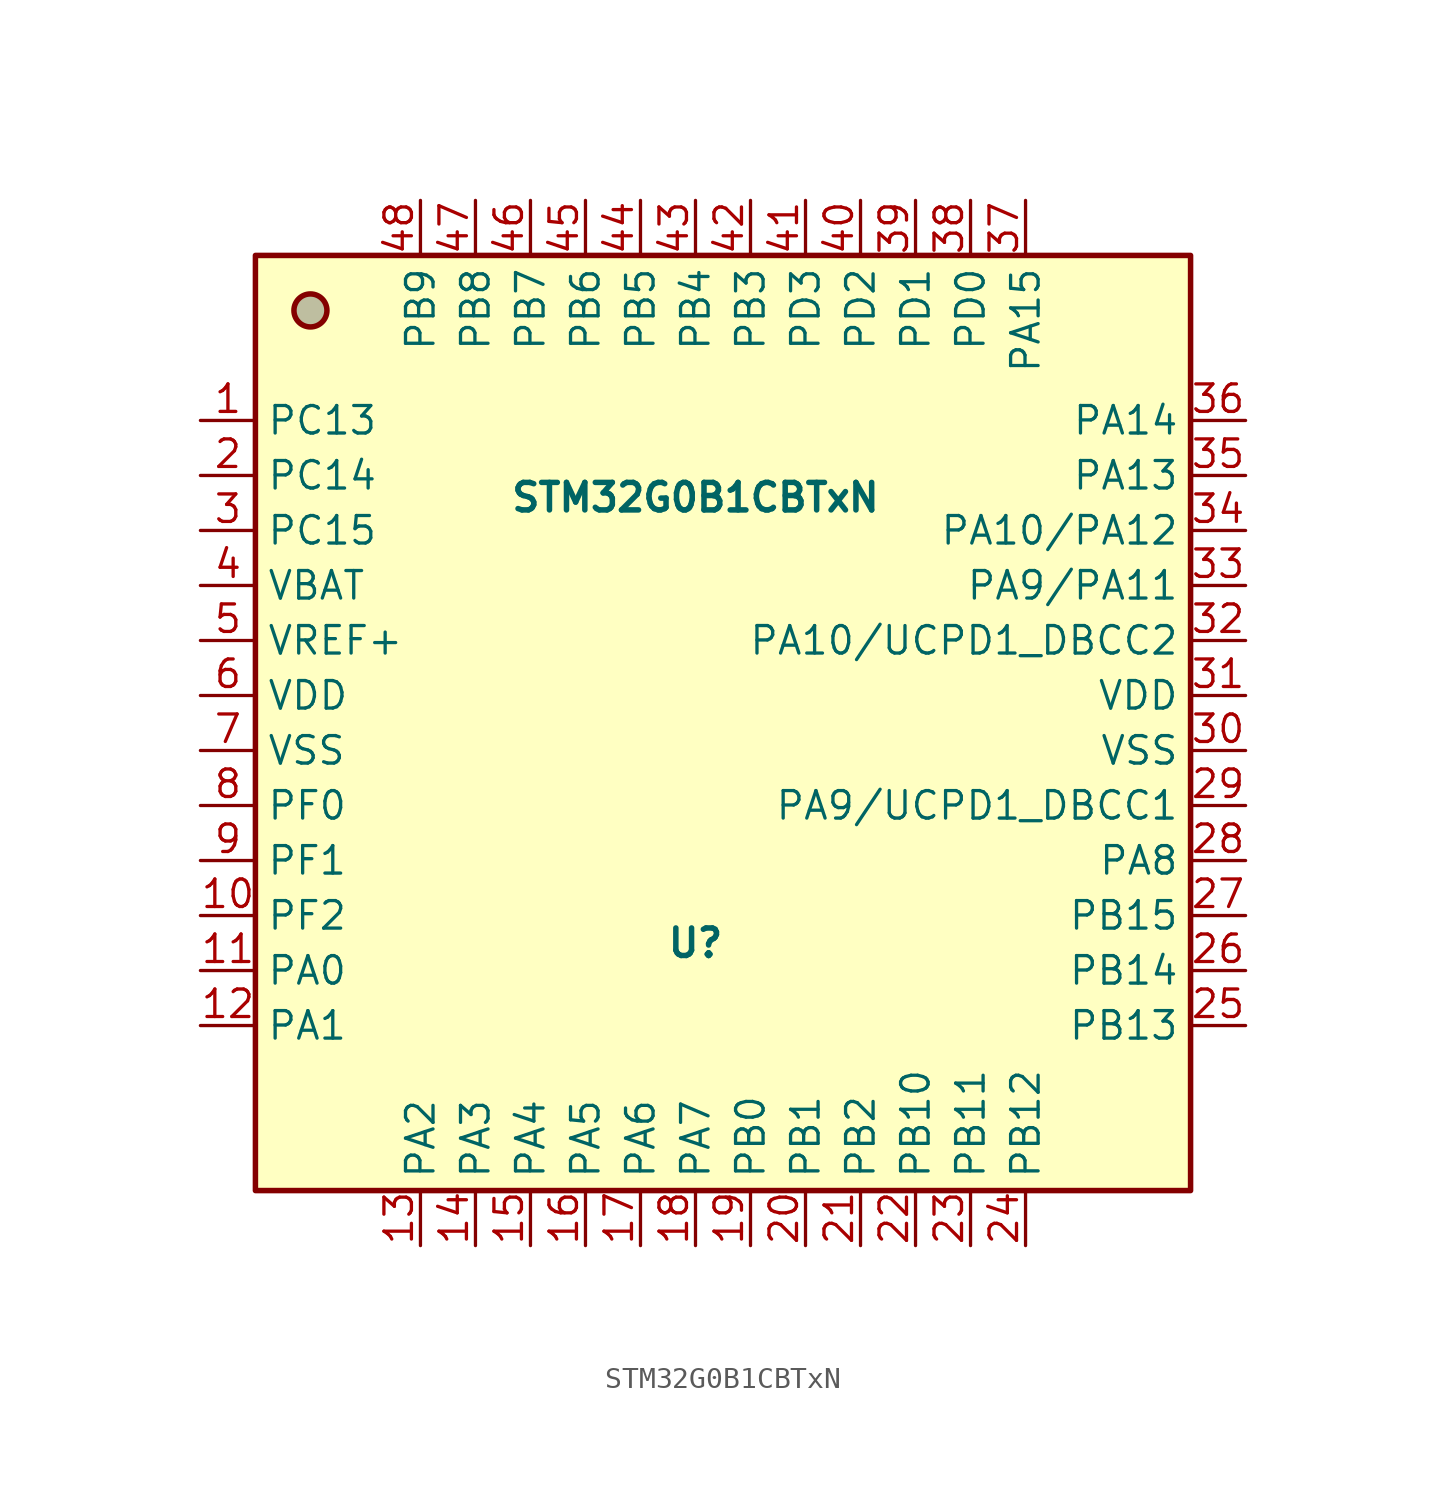
<source format=kicad_sym>
(kicad_symbol_lib
  (version 20241209)
  (generator "kicad_symbol_editor")
  (generator_version "9.0")
  (symbol "STM32G0B1CBTxN"
    (property "Reference" "U"
      (at 0 -11.43 0)
      (effects (font (size 1.27 1.27) (thickness 0.254) (bold yes))))
    (property "Value" "STM32G0B1CBTxN"
      (at 0 9.144 0)
      (effects (font (size 1.27 1.27) (thickness 0.254) (bold yes))))
    (symbol "STM32G0B1CBTxN_0_1"
      (rectangle (start -20.32 20.32) (end 22.86 -22.86) (stroke (width 0.254) (type default)) (fill (type background))))
    (symbol "STM32G0B1CBTxN_1_1"
      (circle (center -17.78 17.78) (radius 0.762) (stroke (width 0.254) (type solid)) (fill (type color) (color 127 127 127 0.5)))
      (pin bidirectional line (at -22.86 12.7 0) (length 2.54) (name "PC13" (effects (font (size 1.27 1.27)))) (number "1" (effects (font (size 1.27 1.27)))) (alternate "RTC_OUT1" bidirectional line) (alternate "RTC_TAMP_IN1" bidirectional line) (alternate "RTC_TS" bidirectional line) (alternate "SYS_WKUP2" bidirectional line) (alternate "TIM1_BK" bidirectional line))
      (pin bidirectional line (at -22.86 10.16 0) (length 2.54) (name "PC14" (effects (font (size 1.27 1.27)))) (number "2" (effects (font (size 1.27 1.27)))) (alternate "RCC_OSC32_IN" bidirectional line) (alternate "TIM1_BK2" bidirectional line))
      (pin bidirectional line (at -22.86 7.62 0) (length 2.54) (name "PC15" (effects (font (size 1.27 1.27)))) (number "3" (effects (font (size 1.27 1.27)))) (alternate "RCC_OSC32_EN" bidirectional line) (alternate "RCC_OSC32_OUT" bidirectional line) (alternate "RCC_OSC_EN" bidirectional line) (alternate "TIM15_BK" bidirectional line))
      (pin power_in line (at -22.86 5.08 0) (length 2.54) (name "VBAT" (effects (font (size 1.27 1.27)))) (number "4" (effects (font (size 1.27 1.27)))))
      (pin input line (at -22.86 2.54 0) (length 2.54) (name "VREF+" (effects (font (size 1.27 1.27)))) (number "5" (effects (font (size 1.27 1.27)))) (alternate "VREFBUF_OUT" bidirectional line))
      (pin power_in line (at -22.86 0 0) (length 2.54) (name "VDD" (effects (font (size 1.27 1.27)))) (number "6" (effects (font (size 1.27 1.27)))))
      (pin power_in line (at -22.86 -2.54 0) (length 2.54) (name "VSS" (effects (font (size 1.27 1.27)))) (number "7" (effects (font (size 1.27 1.27)))))
      (pin bidirectional line (at -22.86 -5.08 0) (length 2.54) (name "PF0" (effects (font (size 1.27 1.27)))) (number "8" (effects (font (size 1.27 1.27)))) (alternate "CRS1_SYNC" bidirectional line) (alternate "RCC_OSC_IN" bidirectional line) (alternate "TIM14_CH1" bidirectional line))
      (pin bidirectional line (at -22.86 -7.62 0) (length 2.54) (name "PF1" (effects (font (size 1.27 1.27)))) (number "9" (effects (font (size 1.27 1.27)))) (alternate "RCC_OSC_EN" bidirectional line) (alternate "RCC_OSC_OUT" bidirectional line) (alternate "TIM15_CH1N" bidirectional line))
      (pin bidirectional line (at -22.86 -10.16 0) (length 2.54) (name "PF2" (effects (font (size 1.27 1.27)))) (number "10" (effects (font (size 1.27 1.27)))) (alternate "LPUART2_DE" bidirectional line) (alternate "LPUART2_RTS" bidirectional line) (alternate "LPUART2_TX" bidirectional line) (alternate "RCC_MCO" bidirectional line))
      (pin bidirectional line (at -22.86 -12.7 0) (length 2.54) (name "PA0" (effects (font (size 1.27 1.27)))) (number "11" (effects (font (size 1.27 1.27)))) (alternate "ADC1_IN0" bidirectional line) (alternate "COMP1_INM" bidirectional line) (alternate "COMP1_OUT" bidirectional line) (alternate "I2S2_CK" bidirectional line) (alternate "LPTIM1_OUT" bidirectional line) (alternate "RTC_TAMP_IN2" bidirectional line) (alternate "SPI2_SCK" bidirectional line) (alternate "SYS_WKUP1" bidirectional line) (alternate "TIM2_CH1" bidirectional line) (alternate "TIM2_ETR" bidirectional line) (alternate "UCPD2_FRSTX1" bidirectional line) (alternate "UCPD2_FRSTX2" bidirectional line) (alternate "USART2_CTS" bidirectional line) (alternate "USART2_NSS" bidirectional line) (alternate "USART4_TX" bidirectional line))
      (pin bidirectional line (at -22.86 -15.24 0) (length 2.54) (name "PA1" (effects (font (size 1.27 1.27)))) (number "12" (effects (font (size 1.27 1.27)))) (alternate "ADC1_IN1" bidirectional line) (alternate "COMP1_INP" bidirectional line) (alternate "I2C1_SMBA" bidirectional line) (alternate "I2S1_CK" bidirectional line) (alternate "SPI1_SCK" bidirectional line) (alternate "TIM15_CH1N" bidirectional line) (alternate "TIM2_CH2" bidirectional line) (alternate "USART2_CK" bidirectional line) (alternate "USART2_DE" bidirectional line) (alternate "USART2_RTS" bidirectional line) (alternate "USART4_RX" bidirectional line))
      (pin bidirectional line (at -12.7 22.86 270) (length 2.54) (name "PB9" (effects (font (size 1.27 1.27)))) (number "48" (effects (font (size 1.27 1.27)))) (alternate "DAC1_EXTI9" bidirectional line) (alternate "FDCAN1_TX" bidirectional line) (alternate "I2C1_SDA" bidirectional line) (alternate "I2S2_WS" bidirectional line) (alternate "IR_OUT" bidirectional line) (alternate "SPI2_NSS" bidirectional line) (alternate "TIM17_CH1" bidirectional line) (alternate "TIM4_CH4" bidirectional line) (alternate "UCPD2_FRSTX1" bidirectional line) (alternate "UCPD2_FRSTX2" bidirectional line) (alternate "USART3_RX" bidirectional line) (alternate "USART6_RX" bidirectional line))
      (pin bidirectional line (at -12.7 -25.4 90) (length 2.54) (name "PA2" (effects (font (size 1.27 1.27)))) (number "13" (effects (font (size 1.27 1.27)))) (alternate "ADC1_IN2" bidirectional line) (alternate "COMP2_INM" bidirectional line) (alternate "COMP2_OUT" bidirectional line) (alternate "I2S1_SD" bidirectional line) (alternate "LPUART1_TX" bidirectional line) (alternate "RCC_LSCO" bidirectional line) (alternate "SPI1_MOSI" bidirectional line) (alternate "SYS_WKUP4" bidirectional line) (alternate "TIM15_CH1" bidirectional line) (alternate "TIM2_CH3" bidirectional line) (alternate "UCPD1_FRSTX1" bidirectional line) (alternate "UCPD1_FRSTX2" bidirectional line) (alternate "USART2_TX" bidirectional line))
      (pin bidirectional line (at -10.16 22.86 270) (length 2.54) (name "PB8" (effects (font (size 1.27 1.27)))) (number "47" (effects (font (size 1.27 1.27)))) (alternate "CEC" bidirectional line) (alternate "FDCAN1_RX" bidirectional line) (alternate "I2C1_SCL" bidirectional line) (alternate "I2S2_CK" bidirectional line) (alternate "SPI2_SCK" bidirectional line) (alternate "TIM15_BK" bidirectional line) (alternate "TIM16_CH1" bidirectional line) (alternate "TIM4_CH3" bidirectional line) (alternate "USART3_TX" bidirectional line) (alternate "USART6_TX" bidirectional line))
      (pin bidirectional line (at -10.16 -25.4 90) (length 2.54) (name "PA3" (effects (font (size 1.27 1.27)))) (number "14" (effects (font (size 1.27 1.27)))) (alternate "ADC1_IN3" bidirectional line) (alternate "COMP2_INP" bidirectional line) (alternate "I2S2_MCK" bidirectional line) (alternate "LPUART1_RX" bidirectional line) (alternate "SPI2_MISO" bidirectional line) (alternate "TIM15_CH2" bidirectional line) (alternate "TIM2_CH4" bidirectional line) (alternate "UCPD2_FRSTX1" bidirectional line) (alternate "UCPD2_FRSTX2" bidirectional line) (alternate "USART2_RX" bidirectional line))
      (pin bidirectional line (at -7.62 22.86 270) (length 2.54) (name "PB7" (effects (font (size 1.27 1.27)))) (number "46" (effects (font (size 1.27 1.27)))) (alternate "COMP2_INM" bidirectional line) (alternate "I2C1_SDA" bidirectional line) (alternate "I2S2_SD" bidirectional line) (alternate "LPTIM1_IN2" bidirectional line) (alternate "LPUART2_RX" bidirectional line) (alternate "SPI2_MOSI" bidirectional line) (alternate "SYS_PVD_IN" bidirectional line) (alternate "TIM17_CH1N" bidirectional line) (alternate "TIM4_CH2" bidirectional line) (alternate "USART1_RX" bidirectional line) (alternate "USART4_CTS" bidirectional line) (alternate "USART4_NSS" bidirectional line))
      (pin bidirectional line (at -7.62 -25.4 90) (length 2.54) (name "PA4" (effects (font (size 1.27 1.27)))) (number "15" (effects (font (size 1.27 1.27)))) (alternate "ADC1_IN4" bidirectional line) (alternate "DAC1_OUT1" bidirectional line) (alternate "I2S1_WS" bidirectional line) (alternate "I2S2_SD" bidirectional line) (alternate "LPTIM2_OUT" bidirectional line) (alternate "RTC_OUT2" bidirectional line) (alternate "SPI1_NSS" bidirectional line) (alternate "SPI2_MOSI" bidirectional line) (alternate "SPI3_NSS" bidirectional line) (alternate "TIM14_CH1" bidirectional line) (alternate "UCPD2_FRSTX1" bidirectional line) (alternate "UCPD2_FRSTX2" bidirectional line) (alternate "USART6_TX" bidirectional line) (alternate "USB_NOE" bidirectional line))
      (pin bidirectional line (at -5.08 22.86 270) (length 2.54) (name "PB6" (effects (font (size 1.27 1.27)))) (number "45" (effects (font (size 1.27 1.27)))) (alternate "COMP2_INP" bidirectional line) (alternate "FDCAN2_TX" bidirectional line) (alternate "I2C1_SCL" bidirectional line) (alternate "I2S2_MCK" bidirectional line) (alternate "LPTIM1_ETR" bidirectional line) (alternate "LPUART2_TX" bidirectional line) (alternate "SPI2_MISO" bidirectional line) (alternate "TIM16_CH1N" bidirectional line) (alternate "TIM1_CH3" bidirectional line) (alternate "TIM4_CH1" bidirectional line) (alternate "USART1_TX" bidirectional line) (alternate "USART5_CTS" bidirectional line) (alternate "USART5_NSS" bidirectional line))
      (pin bidirectional line (at -5.08 -25.4 90) (length 2.54) (name "PA5" (effects (font (size 1.27 1.27)))) (number "16" (effects (font (size 1.27 1.27)))) (alternate "ADC1_IN5" bidirectional line) (alternate "CEC" bidirectional line) (alternate "DAC1_OUT2" bidirectional line) (alternate "I2S1_CK" bidirectional line) (alternate "LPTIM2_ETR" bidirectional line) (alternate "SPI1_SCK" bidirectional line) (alternate "TIM2_CH1" bidirectional line) (alternate "TIM2_ETR" bidirectional line) (alternate "UCPD1_FRSTX1" bidirectional line) (alternate "UCPD1_FRSTX2" bidirectional line) (alternate "USART3_TX" bidirectional line) (alternate "USART6_RX" bidirectional line))
      (pin bidirectional line (at -2.54 22.86 270) (length 2.54) (name "PB5" (effects (font (size 1.27 1.27)))) (number "44" (effects (font (size 1.27 1.27)))) (alternate "COMP2_OUT" bidirectional line) (alternate "FDCAN2_RX" bidirectional line) (alternate "I2C1_SMBA" bidirectional line) (alternate "I2S1_SD" bidirectional line) (alternate "LPTIM1_IN1" bidirectional line) (alternate "SPI1_MOSI" bidirectional line) (alternate "SPI3_MOSI" bidirectional line) (alternate "SYS_WKUP6" bidirectional line) (alternate "TIM16_BK" bidirectional line) (alternate "TIM3_CH2" bidirectional line) (alternate "USART5_CK" bidirectional line) (alternate "USART5_DE" bidirectional line) (alternate "USART5_RTS" bidirectional line))
      (pin bidirectional line (at -2.54 -25.4 90) (length 2.54) (name "PA6" (effects (font (size 1.27 1.27)))) (number "17" (effects (font (size 1.27 1.27)))) (alternate "ADC1_IN6" bidirectional line) (alternate "COMP1_OUT" bidirectional line) (alternate "I2C2_SDA" bidirectional line) (alternate "I2C3_SDA" bidirectional line) (alternate "I2S1_MCK" bidirectional line) (alternate "LPUART1_CTS" bidirectional line) (alternate "SPI1_MISO" bidirectional line) (alternate "TIM16_CH1" bidirectional line) (alternate "TIM1_BK" bidirectional line) (alternate "TIM3_CH1" bidirectional line) (alternate "USART3_CTS" bidirectional line) (alternate "USART3_NSS" bidirectional line) (alternate "USART6_CTS" bidirectional line) (alternate "USART6_NSS" bidirectional line))
      (pin bidirectional line (at 0 22.86 270) (length 2.54) (name "PB4" (effects (font (size 1.27 1.27)))) (number "43" (effects (font (size 1.27 1.27)))) (alternate "COMP2_INP" bidirectional line) (alternate "I2C2_SDA" bidirectional line) (alternate "I2C3_SDA" bidirectional line) (alternate "I2S1_MCK" bidirectional line) (alternate "SPI1_MISO" bidirectional line) (alternate "SPI3_MISO" bidirectional line) (alternate "TIM17_BK" bidirectional line) (alternate "TIM3_CH1" bidirectional line) (alternate "USART1_CTS" bidirectional line) (alternate "USART1_NSS" bidirectional line) (alternate "USART5_RX" bidirectional line))
      (pin bidirectional line (at 0 -25.4 90) (length 2.54) (name "PA7" (effects (font (size 1.27 1.27)))) (number "18" (effects (font (size 1.27 1.27)))) (alternate "ADC1_IN7" bidirectional line) (alternate "COMP2_OUT" bidirectional line) (alternate "I2C2_SCL" bidirectional line) (alternate "I2C3_SCL" bidirectional line) (alternate "I2S1_SD" bidirectional line) (alternate "SPI1_MOSI" bidirectional line) (alternate "TIM14_CH1" bidirectional line) (alternate "TIM17_CH1" bidirectional line) (alternate "TIM1_CH1N" bidirectional line) (alternate "TIM3_CH2" bidirectional line) (alternate "UCPD1_FRSTX1" bidirectional line) (alternate "UCPD1_FRSTX2" bidirectional line) (alternate "USART6_CK" bidirectional line) (alternate "USART6_DE" bidirectional line) (alternate "USART6_RTS" bidirectional line))
      (pin bidirectional line (at 2.54 22.86 270) (length 2.54) (name "PB3" (effects (font (size 1.27 1.27)))) (number "42" (effects (font (size 1.27 1.27)))) (alternate "COMP2_INM" bidirectional line) (alternate "I2C2_SCL" bidirectional line) (alternate "I2C3_SCL" bidirectional line) (alternate "I2S1_CK" bidirectional line) (alternate "SPI1_SCK" bidirectional line) (alternate "SPI3_SCK" bidirectional line) (alternate "TIM1_CH2" bidirectional line) (alternate "TIM2_CH2" bidirectional line) (alternate "USART1_CK" bidirectional line) (alternate "USART1_DE" bidirectional line) (alternate "USART1_RTS" bidirectional line) (alternate "USART5_TX" bidirectional line))
      (pin bidirectional line (at 2.54 -25.4 90) (length 2.54) (name "PB0" (effects (font (size 1.27 1.27)))) (number "19" (effects (font (size 1.27 1.27)))) (alternate "ADC1_IN8" bidirectional line) (alternate "COMP1_OUT" bidirectional line) (alternate "COMP3_INP" bidirectional line) (alternate "FDCAN2_RX" bidirectional line) (alternate "I2S1_WS" bidirectional line) (alternate "LPTIM1_OUT" bidirectional line) (alternate "LPUART2_CTS" bidirectional line) (alternate "SPI1_NSS" bidirectional line) (alternate "TIM1_CH2N" bidirectional line) (alternate "TIM3_CH3" bidirectional line) (alternate "UCPD1_FRSTX1" bidirectional line) (alternate "UCPD1_FRSTX2" bidirectional line) (alternate "USART3_RX" bidirectional line) (alternate "USART5_TX" bidirectional line))
      (pin bidirectional line (at 5.08 22.86 270) (length 2.54) (name "PD3" (effects (font (size 1.27 1.27)))) (number "41" (effects (font (size 1.27 1.27)))) (alternate "I2S2_MCK" bidirectional line) (alternate "SPI2_MISO" bidirectional line) (alternate "TIM1_CH2N" bidirectional line) (alternate "UCPD2_DBCC2" bidirectional line) (alternate "USART2_CTS" bidirectional line) (alternate "USART2_NSS" bidirectional line) (alternate "USART5_TX" bidirectional line))
      (pin bidirectional line (at 5.08 -25.4 90) (length 2.54) (name "PB1" (effects (font (size 1.27 1.27)))) (number "20" (effects (font (size 1.27 1.27)))) (alternate "ADC1_IN9" bidirectional line) (alternate "COMP1_INM" bidirectional line) (alternate "COMP3_OUT" bidirectional line) (alternate "FDCAN2_TX" bidirectional line) (alternate "LPTIM2_IN1" bidirectional line) (alternate "LPUART1_DE" bidirectional line) (alternate "LPUART1_RTS" bidirectional line) (alternate "LPUART2_DE" bidirectional line) (alternate "LPUART2_RTS" bidirectional line) (alternate "TIM14_CH1" bidirectional line) (alternate "TIM1_CH3N" bidirectional line) (alternate "TIM3_CH4" bidirectional line) (alternate "USART3_CK" bidirectional line) (alternate "USART3_DE" bidirectional line) (alternate "USART3_RTS" bidirectional line) (alternate "USART5_RX" bidirectional line))
      (pin bidirectional line (at 7.62 22.86 270) (length 2.54) (name "PD2" (effects (font (size 1.27 1.27)))) (number "40" (effects (font (size 1.27 1.27)))) (alternate "TIM1_CH1N" bidirectional line) (alternate "TIM3_ETR" bidirectional line) (alternate "UCPD2_CC2" bidirectional line) (alternate "USART3_CK" bidirectional line) (alternate "USART3_DE" bidirectional line) (alternate "USART3_RTS" bidirectional line) (alternate "USART5_RX" bidirectional line))
      (pin bidirectional line (at 7.62 -25.4 90) (length 2.54) (name "PB2" (effects (font (size 1.27 1.27)))) (number "21" (effects (font (size 1.27 1.27)))) (alternate "ADC1_IN10" bidirectional line) (alternate "COMP1_INP" bidirectional line) (alternate "COMP3_INM" bidirectional line) (alternate "I2S2_MCK" bidirectional line) (alternate "LPTIM1_OUT" bidirectional line) (alternate "RCC_MCO_2" bidirectional line) (alternate "SPI2_MISO" bidirectional line) (alternate "USART3_TX" bidirectional line))
      (pin bidirectional line (at 10.16 22.86 270) (length 2.54) (name "PD1" (effects (font (size 1.27 1.27)))) (number "39" (effects (font (size 1.27 1.27)))) (alternate "FDCAN1_TX" bidirectional line) (alternate "I2S2_CK" bidirectional line) (alternate "SPI2_SCK" bidirectional line) (alternate "TIM17_CH1" bidirectional line) (alternate "UCPD2_DBCC1" bidirectional line))
      (pin bidirectional line (at 10.16 -25.4 90) (length 2.54) (name "PB10" (effects (font (size 1.27 1.27)))) (number "22" (effects (font (size 1.27 1.27)))) (alternate "ADC1_IN11" bidirectional line) (alternate "CEC" bidirectional line) (alternate "COMP1_OUT" bidirectional line) (alternate "I2C2_SCL" bidirectional line) (alternate "I2S2_CK" bidirectional line) (alternate "LPUART1_RX" bidirectional line) (alternate "SPI2_SCK" bidirectional line) (alternate "TIM2_CH3" bidirectional line) (alternate "USART3_TX" bidirectional line))
      (pin bidirectional line (at 12.7 22.86 270) (length 2.54) (name "PD0" (effects (font (size 1.27 1.27)))) (number "38" (effects (font (size 1.27 1.27)))) (alternate "FDCAN1_RX" bidirectional line) (alternate "I2S2_WS" bidirectional line) (alternate "SPI2_NSS" bidirectional line) (alternate "TIM16_CH1" bidirectional line) (alternate "UCPD2_CC1" bidirectional line))
      (pin bidirectional line (at 12.7 -25.4 90) (length 2.54) (name "PB11" (effects (font (size 1.27 1.27)))) (number "23" (effects (font (size 1.27 1.27)))) (alternate "ADC1_EXTI11" bidirectional line) (alternate "ADC1_IN15" bidirectional line) (alternate "COMP2_OUT" bidirectional line) (alternate "I2C2_SDA" bidirectional line) (alternate "I2S2_SD" bidirectional line) (alternate "LPUART1_TX" bidirectional line) (alternate "SPI2_MOSI" bidirectional line) (alternate "TIM2_CH4" bidirectional line) (alternate "USART3_RX" bidirectional line))
      (pin bidirectional line (at 15.24 22.86 270) (length 2.54) (name "PA15" (effects (font (size 1.27 1.27)))) (number "37" (effects (font (size 1.27 1.27)))) (alternate "I2C2_SMBA" bidirectional line) (alternate "I2S1_WS" bidirectional line) (alternate "RCC_MCO_2" bidirectional line) (alternate "SPI1_NSS" bidirectional line) (alternate "SPI3_NSS" bidirectional line) (alternate "TIM2_CH1" bidirectional line) (alternate "TIM2_ETR" bidirectional line) (alternate "USART2_RX" bidirectional line) (alternate "USART3_CK" bidirectional line) (alternate "USART3_DE" bidirectional line) (alternate "USART3_RTS" bidirectional line) (alternate "USART4_CK" bidirectional line) (alternate "USART4_DE" bidirectional line) (alternate "USART4_RTS" bidirectional line) (alternate "USB_NOE" bidirectional line))
      (pin bidirectional line (at 15.24 -25.4 90) (length 2.54) (name "PB12" (effects (font (size 1.27 1.27)))) (number "24" (effects (font (size 1.27 1.27)))) (alternate "ADC1_IN16" bidirectional line) (alternate "FDCAN2_RX" bidirectional line) (alternate "I2C2_SMBA" bidirectional line) (alternate "I2S2_WS" bidirectional line) (alternate "LPUART1_DE" bidirectional line) (alternate "LPUART1_RTS" bidirectional line) (alternate "SPI2_NSS" bidirectional line) (alternate "TIM15_BK" bidirectional line) (alternate "TIM1_BK" bidirectional line) (alternate "UCPD2_FRSTX1" bidirectional line) (alternate "UCPD2_FRSTX2" bidirectional line))
      (pin bidirectional line (at 25.4 12.7 180) (length 2.54) (name "PA14" (effects (font (size 1.27 1.27)))) (number "36" (effects (font (size 1.27 1.27)))) (alternate "LPUART2_TX" bidirectional line) (alternate "SYS_SWCLK" bidirectional line) (alternate "USART2_TX" bidirectional line))
      (pin bidirectional line (at 25.4 10.16 180) (length 2.54) (name "PA13" (effects (font (size 1.27 1.27)))) (number "35" (effects (font (size 1.27 1.27)))) (alternate "IR_OUT" bidirectional line) (alternate "LPUART2_RX" bidirectional line) (alternate "SYS_SWDIO" bidirectional line) (alternate "USB_NOE" bidirectional line))
      (pin bidirectional line (at 25.4 7.62 180) (length 2.54) (name "PA10/PA12" (effects (font (size 1.27 1.27)))) (number "34" (effects (font (size 1.27 1.27)))) (alternate "COMP2_OUT (PA12)" bidirectional line) (alternate "FDCAN1_TX (PA12)" bidirectional line) (alternate "I2C1_SDA (PA10)" bidirectional line) (alternate "I2C2_SDA (PA10)" bidirectional line) (alternate "I2C2_SDA (PA12)" bidirectional line) (alternate "I2S1_SD (PA12)" bidirectional line) (alternate "I2S2_SD (PA10)" bidirectional line) (alternate "I2S_CKIN (PA12)" bidirectional line) (alternate "PA10" bidirectional line) (alternate "PA12" bidirectional line) (alternate "RCC_MCO_2 (PA10)" bidirectional line) (alternate "SPI1_MOSI (PA12)" bidirectional line) (alternate "SPI2_MOSI (PA10)" bidirectional line) (alternate "TIM17_BK (PA10)" bidirectional line) (alternate "TIM1_CH3 (PA10)" bidirectional line) (alternate "TIM1_ETR (PA12)" bidirectional line) (alternate "UCPD1_DBCC2 (PA10)" bidirectional line) (alternate "USART1_CK (PA12)" bidirectional line) (alternate "USART1_DE (PA12)" bidirectional line) (alternate "USART1_RTS (PA12)" bidirectional line) (alternate "USART1_RX (PA10)" bidirectional line) (alternate "USB_DP (PA12)" bidirectional line))
      (pin bidirectional line (at 25.4 5.08 180) (length 2.54) (name "PA9/PA11" (effects (font (size 1.27 1.27)))) (number "33" (effects (font (size 1.27 1.27)))) (alternate "ADC1_EXTI11 (PA11)" bidirectional line) (alternate "COMP1_OUT (PA11)" bidirectional line) (alternate "DAC1_EXTI9 (PA9)" bidirectional line) (alternate "FDCAN1_RX (PA11)" bidirectional line) (alternate "I2C1_SCL (PA9)" bidirectional line) (alternate "I2C2_SCL (PA11)" bidirectional line) (alternate "I2C2_SCL (PA9)" bidirectional line) (alternate "I2S1_MCK (PA11)" bidirectional line) (alternate "I2S2_MCK (PA9)" bidirectional line) (alternate "PA11" bidirectional line) (alternate "PA9" bidirectional line) (alternate "RCC_MCO (PA9)" bidirectional line) (alternate "SPI1_MISO (PA11)" bidirectional line) (alternate "SPI2_MISO (PA9)" bidirectional line) (alternate "TIM15_BK (PA9)" bidirectional line) (alternate "TIM1_BK2 (PA11)" bidirectional line) (alternate "TIM1_CH2 (PA9)" bidirectional line) (alternate "TIM1_CH4 (PA11)" bidirectional line) (alternate "UCPD1_DBCC1 (PA9)" bidirectional line) (alternate "USART1_CTS (PA11)" bidirectional line) (alternate "USART1_NSS (PA11)" bidirectional line) (alternate "USART1_TX (PA9)" bidirectional line) (alternate "USB_DM (PA11)" bidirectional line))
      (pin bidirectional line (at 25.4 2.54 180) (length 2.54) (name "PA10/UCPD1_DBCC2" (effects (font (size 1.27 1.27)))) (number "32" (effects (font (size 1.27 1.27)))) (alternate "I2C1_SDA (PA10)" bidirectional line) (alternate "I2C2_SDA (PA10)" bidirectional line) (alternate "I2S2_SD (PA10)" bidirectional line) (alternate "PA10" bidirectional line) (alternate "RCC_MCO_2 (PA10)" bidirectional line) (alternate "SPI2_MOSI (PA10)" bidirectional line) (alternate "TIM17_BK (PA10)" bidirectional line) (alternate "TIM1_CH3 (PA10)" bidirectional line) (alternate "UCPD1_DBCC2" bidirectional line) (alternate "UCPD1_DBCC2 (PA10)" bidirectional line) (alternate "UCPD1_DBCC2 (UCPD1_DBCC2)" bidirectional line) (alternate "USART1_RX (PA10)" bidirectional line))
      (pin power_in line (at 25.4 0 180) (length 2.54) (name "VDD" (effects (font (size 1.27 1.27)))) (number "31" (effects (font (size 1.27 1.27)))))
      (pin passive line (at 25.4 -2.54 180) (length 2.54) (name "VSS" (effects (font (size 1.27 1.27)))) (number "30" (effects (font (size 1.27 1.27)))))
      (pin bidirectional line (at 25.4 -5.08 180) (length 2.54) (name "PA9/UCPD1_DBCC1" (effects (font (size 1.27 1.27)))) (number "29" (effects (font (size 1.27 1.27)))) (alternate "DAC1_EXTI9 (PA9)" bidirectional line) (alternate "I2C1_SCL (PA9)" bidirectional line) (alternate "I2C2_SCL (PA9)" bidirectional line) (alternate "I2S2_MCK (PA9)" bidirectional line) (alternate "PA9" bidirectional line) (alternate "RCC_MCO (PA9)" bidirectional line) (alternate "SPI2_MISO (PA9)" bidirectional line) (alternate "TIM15_BK (PA9)" bidirectional line) (alternate "TIM1_CH2 (PA9)" bidirectional line) (alternate "UCPD1_DBCC1" bidirectional line) (alternate "UCPD1_DBCC1 (PA9)" bidirectional line) (alternate "UCPD1_DBCC1 (UCPD1_DBCC1)" bidirectional line) (alternate "USART1_TX (PA9)" bidirectional line))
      (pin bidirectional line (at 25.4 -7.62 180) (length 2.54) (name "PA8" (effects (font (size 1.27 1.27)))) (number "28" (effects (font (size 1.27 1.27)))) (alternate "CRS1_SYNC" bidirectional line) (alternate "I2C2_SMBA" bidirectional line) (alternate "I2S2_WS" bidirectional line) (alternate "LPTIM2_OUT" bidirectional line) (alternate "RCC_MCO" bidirectional line) (alternate "SPI2_NSS" bidirectional line) (alternate "TIM1_CH1" bidirectional line) (alternate "UCPD1_CC1" bidirectional line))
      (pin bidirectional line (at 25.4 -10.16 180) (length 2.54) (name "PB15" (effects (font (size 1.27 1.27)))) (number "27" (effects (font (size 1.27 1.27)))) (alternate "I2S2_SD" bidirectional line) (alternate "RTC_REFIN" bidirectional line) (alternate "SPI2_MOSI" bidirectional line) (alternate "TIM15_CH1N" bidirectional line) (alternate "TIM15_CH2" bidirectional line) (alternate "TIM1_CH3N" bidirectional line) (alternate "UCPD1_CC2" bidirectional line) (alternate "USART6_CTS" bidirectional line) (alternate "USART6_NSS" bidirectional line))
      (pin bidirectional line (at 25.4 -12.7 180) (length 2.54) (name "PB14" (effects (font (size 1.27 1.27)))) (number "26" (effects (font (size 1.27 1.27)))) (alternate "I2C2_SDA" bidirectional line) (alternate "I2S2_MCK" bidirectional line) (alternate "SPI2_MISO" bidirectional line) (alternate "TIM15_CH1" bidirectional line) (alternate "TIM1_CH2N" bidirectional line) (alternate "UCPD1_FRSTX1" bidirectional line) (alternate "UCPD1_FRSTX2" bidirectional line) (alternate "USART3_CK" bidirectional line) (alternate "USART3_DE" bidirectional line) (alternate "USART3_RTS" bidirectional line) (alternate "USART6_CK" bidirectional line) (alternate "USART6_DE" bidirectional line) (alternate "USART6_RTS" bidirectional line))
      (pin bidirectional line (at 25.4 -15.24 180) (length 2.54) (name "PB13" (effects (font (size 1.27 1.27)))) (number "25" (effects (font (size 1.27 1.27)))) (alternate "FDCAN2_TX" bidirectional line) (alternate "I2C2_SCL" bidirectional line) (alternate "I2S2_CK" bidirectional line) (alternate "LPUART1_CTS" bidirectional line) (alternate "SPI2_SCK" bidirectional line) (alternate "TIM15_CH1N" bidirectional line) (alternate "TIM1_CH1N" bidirectional line) (alternate "USART3_CTS" bidirectional line) (alternate "USART3_NSS" bidirectional line)))))
</source>
